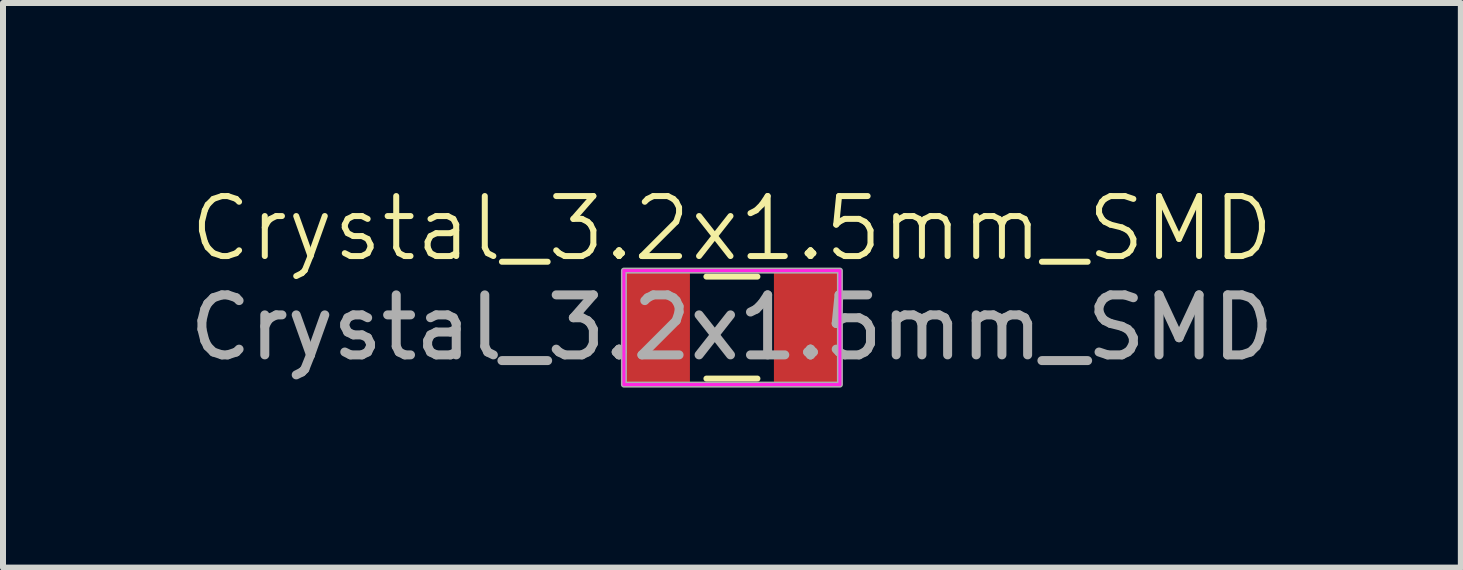
<source format=kicad_pcb>
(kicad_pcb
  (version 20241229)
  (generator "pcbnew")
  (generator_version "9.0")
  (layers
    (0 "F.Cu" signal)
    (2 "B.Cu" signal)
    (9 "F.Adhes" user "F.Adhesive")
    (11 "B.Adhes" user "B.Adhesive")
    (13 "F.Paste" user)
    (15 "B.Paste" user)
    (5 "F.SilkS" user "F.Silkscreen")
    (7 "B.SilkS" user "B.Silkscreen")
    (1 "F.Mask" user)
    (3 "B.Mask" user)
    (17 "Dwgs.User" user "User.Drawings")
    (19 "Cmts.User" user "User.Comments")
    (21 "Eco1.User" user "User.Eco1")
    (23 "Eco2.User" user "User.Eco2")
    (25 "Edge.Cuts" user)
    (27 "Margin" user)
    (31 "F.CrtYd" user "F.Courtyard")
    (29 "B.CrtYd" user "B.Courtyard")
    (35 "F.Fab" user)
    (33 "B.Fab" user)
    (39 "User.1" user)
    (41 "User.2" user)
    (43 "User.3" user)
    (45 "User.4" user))
  (footprint "Crystal_3.2x1.5mm_SMD"
    (layer "F.Cu")
    (at 9.149 2.41)
    (property "Reference" "Crystal_3.2x1.5mm_SMD" (at 0 -1.65 0) (unlocked yes) (layer "F.SilkS") (effects (font (size 1 1) (thickness 0.1))))
    (attr smd)
    (fp_line (start -0.425 -0.85) (end 0.425 -0.85) (stroke (width 0.1) (type default)) (layer "F.SilkS"))
    (fp_line (start -0.425 0.85) (end 0.425 0.85) (stroke (width 0.1) (type default)) (layer "F.SilkS"))
    (fp_rect (start -1.8 -0.95) (end 1.8 0.95) (stroke (width 0.05) (type default)) (fill no) (layer "F.CrtYd"))
    (fp_rect (start -1.8 -0.95) (end 1.8 0.95) (stroke (width 0.1) (type default)) (fill no) (layer "F.Fab"))
    (fp_text user "${REFERENCE}" (at 0 0 0) (unlocked yes) (layer "F.Fab") (effects (font (size 1 1) (thickness 0.15))))
    (pad "1" smd rect (at -1.25 0) (size 1.1 1.9) (layers "F.Cu" "F.Mask" "F.Paste"))
    (pad "2" smd rect (at 1.25 0) (size 1.1 1.9) (layers "F.Cu" "F.Mask" "F.Paste")))
  (gr_rect
    (start -3 -3)
    (end 21.298 6.41)
    (stroke (width 0.1) (type default))
    (fill no)
    (layer "Edge.Cuts")))
</source>
